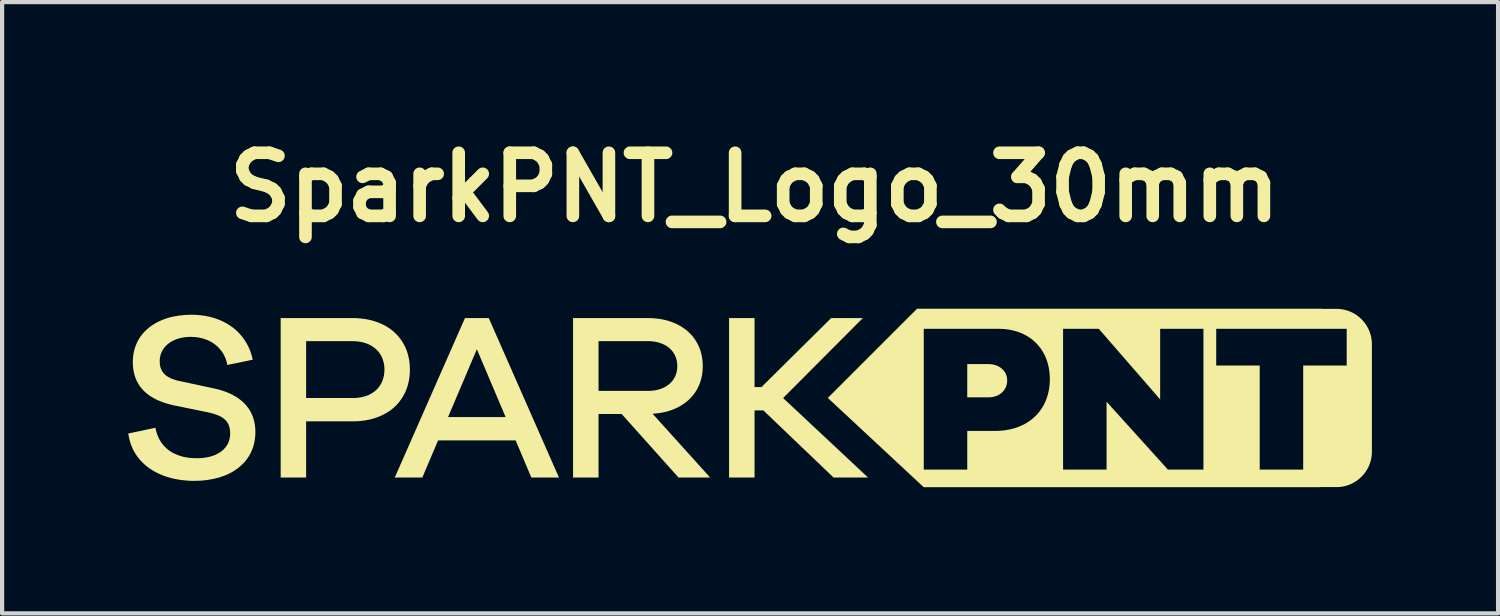
<source format=kicad_pcb>
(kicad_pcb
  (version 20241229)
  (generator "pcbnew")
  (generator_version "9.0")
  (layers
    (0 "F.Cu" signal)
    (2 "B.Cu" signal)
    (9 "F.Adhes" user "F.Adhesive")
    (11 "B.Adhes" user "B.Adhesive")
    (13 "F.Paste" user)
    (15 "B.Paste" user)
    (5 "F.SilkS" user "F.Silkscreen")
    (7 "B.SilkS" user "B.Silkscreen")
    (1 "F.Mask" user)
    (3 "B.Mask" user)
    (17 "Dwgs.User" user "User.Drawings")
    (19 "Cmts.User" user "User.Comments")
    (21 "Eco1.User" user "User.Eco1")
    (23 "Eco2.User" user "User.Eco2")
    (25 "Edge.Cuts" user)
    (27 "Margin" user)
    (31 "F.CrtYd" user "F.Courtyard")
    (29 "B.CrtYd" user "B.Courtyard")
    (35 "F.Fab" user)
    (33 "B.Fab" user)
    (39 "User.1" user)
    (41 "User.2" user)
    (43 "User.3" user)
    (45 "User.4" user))
  (footprint "SparkPNT_Logo_30mm"
    (layer "F.Cu")
    (at 14.891 6.404)
    (property "Reference" "SparkPNT_Logo_30mm" (at 0 -5 0) (layer "F.SilkS") (effects (font (size 1.5 1.5) (thickness 0.3))))
    (attr board_only exclude_from_pos_files exclude_from_bom)
    (fp_poly (pts (xy 4.02 2.129) (xy 4.02 2.129) (xy 4.02 2.129) (xy 4.02 2.129) (xy 4.02 2.129) (xy 4.02 2.129)) (stroke (width -0.000001) (type solid)) (fill yes) (layer "F.SilkS"))
    (fp_poly (pts (xy -0.002 -0.251) (xy 0.162 -0.251) (xy 1.819 -1.892) (xy 2.572 -1.892) (xy 0.677 0.009) (xy 2.696 1.899) (xy 1.876 1.899) (xy 0.207 0.303) (xy -0.002 0.303) (xy -0.002 1.899) (xy -0.608 1.899) (xy -0.608 -1.892) (xy -0.002 -1.892)) (stroke (width -0.000001) (type solid)) (fill yes) (layer "F.SilkS"))
    (fp_poly (pts (xy -4.652 1.899) (xy -5.309 1.899) (xy -5.682 1.016) (xy -7.526 1.016) (xy -7.9 1.899) (xy -8.556 1.899) (xy -7.923 0.462) (xy -7.289 0.462) (xy -5.92 0.462) (xy -6.604 -1.151) (xy -7.289 0.462) (xy -7.923 0.462) (xy -6.887 -1.892) (xy -6.321 -1.892)) (stroke (width -0.000001) (type solid)) (fill yes) (layer "F.SilkS"))
    (fp_poly (pts (xy 5.587 -0.797) (xy 5.61 -0.796) (xy 5.632 -0.793) (xy 5.654 -0.79) (xy 5.675 -0.786) (xy 5.696 -0.781) (xy 5.716 -0.776) (xy 5.736 -0.769) (xy 5.756 -0.762) (xy 5.775 -0.754) (xy 5.793 -0.745) (xy 5.811 -0.735) (xy 5.828 -0.725) (xy 5.845 -0.714) (xy 5.861 -0.702) (xy 5.876 -0.689) (xy 5.891 -0.676) (xy 5.904 -0.663) (xy 5.917 -0.648) (xy 5.929 -0.633) (xy 5.941 -0.618) (xy 5.951 -0.602) (xy 5.961 -0.585) (xy 5.97 -0.568) (xy 5.978 -0.55) (xy 5.984 -0.532) (xy 5.99 -0.513) (xy 5.995 -0.494) (xy 5.999 -0.474) (xy 6.002 -0.454) (xy 6.003 -0.434) (xy 6.004 -0.413) (xy 6.003 -0.39) (xy 6.002 -0.368) (xy 5.999 -0.346) (xy 5.995 -0.325) (xy 5.99 -0.305) (xy 5.984 -0.285) (xy 5.978 -0.265) (xy 5.97 -0.246) (xy 5.961 -0.228) (xy 5.951 -0.211) (xy 5.941 -0.194) (xy 5.929 -0.177) (xy 5.917 -0.162) (xy 5.904 -0.147) (xy 5.891 -0.132) (xy 5.876 -0.119) (xy 5.861 -0.106) (xy 5.845 -0.094) (xy 5.828 -0.082) (xy 5.811 -0.072) (xy 5.793 -0.062) (xy 5.775 -0.053) (xy 5.756 -0.045) (xy 5.736 -0.037) (xy 5.716 -0.03) (xy 5.696 -0.025) (xy 5.675 -0.02) (xy 5.654 -0.016) (xy 5.632 -0.012) (xy 5.61 -0.01) (xy 5.587 -0.009) (xy 5.564 -0.008) (xy 5.055 -0.008) (xy 5.055 -0.798) (xy 5.564 -0.798)) (stroke (width -0.000001) (type solid)) (fill yes) (layer "F.SilkS"))
    (fp_poly (pts (xy -9.482 -1.891) (xy -9.406 -1.886) (xy -9.332 -1.879) (xy -9.26 -1.869) (xy -9.191 -1.857) (xy -9.123 -1.841) (xy -9.057 -1.823) (xy -8.993 -1.803) (xy -8.932 -1.78) (xy -8.872 -1.754) (xy -8.815 -1.727) (xy -8.76 -1.696) (xy -8.707 -1.664) (xy -8.657 -1.629) (xy -8.609 -1.592) (xy -8.564 -1.553) (xy -8.521 -1.511) (xy -8.48 -1.468) (xy -8.442 -1.422) (xy -8.407 -1.375) (xy -8.374 -1.326) (xy -8.344 -1.274) (xy -8.316 -1.221) (xy -8.291 -1.166) (xy -8.269 -1.11) (xy -8.25 -1.052) (xy -8.234 -0.992) (xy -8.22 -0.93) (xy -8.21 -0.867) (xy -8.202 -0.803) (xy -8.198 -0.737) (xy -8.196 -0.67) (xy -8.198 -0.602) (xy -8.202 -0.535) (xy -8.21 -0.47) (xy -8.22 -0.406) (xy -8.234 -0.344) (xy -8.25 -0.283) (xy -8.269 -0.224) (xy -8.291 -0.167) (xy -8.316 -0.112) (xy -8.344 -0.058) (xy -8.374 -0.006) (xy -8.407 0.043) (xy -8.442 0.091) (xy -8.48 0.137) (xy -8.521 0.181) (xy -8.564 0.223) (xy -8.609 0.262) (xy -8.657 0.299) (xy -8.707 0.334) (xy -8.76 0.367) (xy -8.815 0.397) (xy -8.872 0.425) (xy -8.932 0.451) (xy -8.993 0.474) (xy -9.057 0.495) (xy -9.123 0.513) (xy -9.191 0.528) (xy -9.26 0.541) (xy -9.332 0.55) (xy -9.406 0.558) (xy -9.482 0.562) (xy -9.559 0.563) (xy -10.663 0.563) (xy -10.663 1.899) (xy -11.268 1.899) (xy -11.268 0.009) (xy -10.663 0.009) (xy -9.559 0.009) (xy -9.515 0.008) (xy -9.473 0.006) (xy -9.431 0.002) (xy -9.39 -0.004) (xy -9.351 -0.01) (xy -9.313 -0.019) (xy -9.276 -0.029) (xy -9.24 -0.04) (xy -9.206 -0.052) (xy -9.173 -0.066) (xy -9.141 -0.082) (xy -9.111 -0.098) (xy -9.082 -0.116) (xy -9.054 -0.136) (xy -9.027 -0.156) (xy -9.002 -0.178) (xy -8.978 -0.201) (xy -8.956 -0.225) (xy -8.935 -0.25) (xy -8.916 -0.276) (xy -8.898 -0.304) (xy -8.881 -0.332) (xy -8.866 -0.362) (xy -8.853 -0.392) (xy -8.841 -0.424) (xy -8.831 -0.456) (xy -8.822 -0.489) (xy -8.814 -0.524) (xy -8.809 -0.559) (xy -8.805 -0.595) (xy -8.802 -0.632) (xy -8.801 -0.67) (xy -8.802 -0.706) (xy -8.805 -0.742) (xy -8.809 -0.777) (xy -8.814 -0.811) (xy -8.822 -0.844) (xy -8.831 -0.877) (xy -8.841 -0.909) (xy -8.853 -0.94) (xy -8.866 -0.97) (xy -8.881 -0.999) (xy -8.898 -1.027) (xy -8.916 -1.055) (xy -8.935 -1.081) (xy -8.956 -1.106) (xy -8.978 -1.13) (xy -9.002 -1.153) (xy -9.027 -1.175) (xy -9.054 -1.195) (xy -9.082 -1.215) (xy -9.111 -1.233) (xy -9.141 -1.25) (xy -9.173 -1.266) (xy -9.206 -1.28) (xy -9.24 -1.293) (xy -9.276 -1.304) (xy -9.313 -1.315) (xy -9.351 -1.323) (xy -9.39 -1.33) (xy -9.431 -1.336) (xy -9.473 -1.34) (xy -9.515 -1.342) (xy -9.559 -1.343) (xy -10.663 -1.343) (xy -10.663 0.009) (xy -11.268 0.009) (xy -11.268 -1.892) (xy -9.559 -1.892)) (stroke (width -0.000001) (type solid)) (fill yes) (layer "F.SilkS"))
    (fp_poly (pts (xy -2.462 -1.891) (xy -2.391 -1.887) (xy -2.322 -1.88) (xy -2.254 -1.871) (xy -2.189 -1.859) (xy -2.124 -1.845) (xy -2.062 -1.829) (xy -2.002 -1.81) (xy -1.943 -1.788) (xy -1.887 -1.765) (xy -1.832 -1.739) (xy -1.78 -1.711) (xy -1.729 -1.681) (xy -1.681 -1.648) (xy -1.635 -1.614) (xy -1.591 -1.577) (xy -1.55 -1.539) (xy -1.51 -1.498) (xy -1.473 -1.456) (xy -1.439 -1.412) (xy -1.407 -1.365) (xy -1.378 -1.318) (xy -1.351 -1.268) (xy -1.327 -1.217) (xy -1.305 -1.164) (xy -1.286 -1.109) (xy -1.27 -1.053) (xy -1.257 -0.995) (xy -1.247 -0.936) (xy -1.239 -0.875) (xy -1.235 -0.813) (xy -1.233 -0.749) (xy -1.235 -0.689) (xy -1.239 -0.63) (xy -1.246 -0.572) (xy -1.255 -0.515) (xy -1.267 -0.46) (xy -1.282 -0.407) (xy -1.299 -0.354) (xy -1.319 -0.303) (xy -1.341 -0.254) (xy -1.365 -0.206) (xy -1.392 -0.16) (xy -1.421 -0.116) (xy -1.453 -0.073) (xy -1.487 -0.032) (xy -1.523 0.008) (xy -1.561 0.046) (xy -1.601 0.082) (xy -1.643 0.116) (xy -1.687 0.148) (xy -1.734 0.178) (xy -1.782 0.207) (xy -1.832 0.233) (xy -1.884 0.258) (xy -1.937 0.28) (xy -1.993 0.301) (xy -2.05 0.319) (xy -2.109 0.335) (xy -2.169 0.349) (xy -2.232 0.361) (xy -2.295 0.37) (xy -2.36 0.377) (xy -2.427 0.382) (xy -1.058 1.899) (xy -1.81 1.899) (xy -3.162 0.388) (xy -3.711 0.388) (xy -3.711 1.899) (xy -4.317 1.899) (xy -4.317 -0.161) (xy -3.711 -0.161) (xy -2.534 -0.161) (xy -2.496 -0.161) (xy -2.458 -0.164) (xy -2.421 -0.167) (xy -2.384 -0.172) (xy -2.349 -0.178) (xy -2.315 -0.185) (xy -2.281 -0.194) (xy -2.249 -0.203) (xy -2.218 -0.214) (xy -2.188 -0.227) (xy -2.158 -0.24) (xy -2.13 -0.254) (xy -2.103 -0.27) (xy -2.078 -0.287) (xy -2.053 -0.305) (xy -2.03 -0.323) (xy -2.007 -0.343) (xy -1.986 -0.364) (xy -1.967 -0.386) (xy -1.948 -0.409) (xy -1.931 -0.433) (xy -1.916 -0.457) (xy -1.901 -0.483) (xy -1.888 -0.509) (xy -1.877 -0.537) (xy -1.867 -0.565) (xy -1.858 -0.594) (xy -1.851 -0.623) (xy -1.846 -0.654) (xy -1.842 -0.685) (xy -1.839 -0.717) (xy -1.839 -0.749) (xy -1.839 -0.782) (xy -1.842 -0.815) (xy -1.846 -0.846) (xy -1.851 -0.877) (xy -1.858 -0.907) (xy -1.867 -0.936) (xy -1.877 -0.965) (xy -1.888 -0.992) (xy -1.901 -1.019) (xy -1.916 -1.045) (xy -1.931 -1.07) (xy -1.948 -1.094) (xy -1.967 -1.117) (xy -1.986 -1.139) (xy -2.007 -1.16) (xy -2.03 -1.18) (xy -2.053 -1.199) (xy -2.078 -1.217) (xy -2.103 -1.234) (xy -2.13 -1.249) (xy -2.158 -1.264) (xy -2.188 -1.277) (xy -2.218 -1.289) (xy -2.249 -1.301) (xy -2.281 -1.31) (xy -2.315 -1.319) (xy -2.349 -1.326) (xy -2.384 -1.332) (xy -2.421 -1.337) (xy -2.458 -1.34) (xy -2.496 -1.343) (xy -2.534 -1.343) (xy -3.711 -1.343) (xy -3.711 -0.161) (xy -4.317 -0.161) (xy -4.317 -1.892) (xy -2.534 -1.892)) (stroke (width -0.000001) (type solid)) (fill yes) (layer "F.SilkS"))
    (fp_poly (pts (xy 13.498 -2.111) (xy 13.834 -2.111) (xy 13.878 -2.11) (xy 13.92 -2.106) (xy 13.962 -2.101) (xy 14.003 -2.094) (xy 14.044 -2.084) (xy 14.084 -2.073) (xy 14.123 -2.06) (xy 14.161 -2.044) (xy 14.198 -2.028) (xy 14.234 -2.009) (xy 14.27 -1.989) (xy 14.304 -1.967) (xy 14.337 -1.943) (xy 14.368 -1.918) (xy 14.399 -1.892) (xy 14.428 -1.864) (xy 14.456 -1.835) (xy 14.483 -1.804) (xy 14.508 -1.772) (xy 14.531 -1.739) (xy 14.553 -1.705) (xy 14.573 -1.67) (xy 14.592 -1.634) (xy 14.609 -1.597) (xy 14.624 -1.558) (xy 14.637 -1.519) (xy 14.649 -1.48) (xy 14.658 -1.439) (xy 14.665 -1.398) (xy 14.671 -1.356) (xy 14.674 -1.313) (xy 14.675 -1.27) (xy 14.675 1.286) (xy 14.674 1.329) (xy 14.671 1.371) (xy 14.665 1.413) (xy 14.658 1.455) (xy 14.649 1.495) (xy 14.637 1.535) (xy 14.624 1.574) (xy 14.609 1.612) (xy 14.592 1.649) (xy 14.573 1.686) (xy 14.553 1.721) (xy 14.531 1.755) (xy 14.508 1.788) (xy 14.483 1.82) (xy 14.456 1.85) (xy 14.428 1.879) (xy 14.399 1.907) (xy 14.368 1.934) (xy 14.337 1.959) (xy 14.304 1.982) (xy 14.27 2.004) (xy 14.234 2.025) (xy 14.198 2.043) (xy 14.161 2.06) (xy 14.123 2.075) (xy 14.084 2.088) (xy 14.044 2.1) (xy 14.003 2.109) (xy 13.962 2.117) (xy 13.92 2.122) (xy 13.878 2.125) (xy 13.834 2.126) (xy 13.43 2.126) (xy 13.43 2.129) (xy 4.02 2.129) (xy 1.74 0.007) (xy 3.384 -1.637) (xy 4.021 -1.637) (xy 4.021 1.71) (xy 5.055 1.71) (xy 7.333 1.71) (xy 8.367 1.71) (xy 8.367 0.097) (xy 9.825 1.71) (xy 10.67 1.71) (xy 10.67 -0.763) (xy 10.974 -0.763) (xy 12.008 -0.763) (xy 12.008 1.71) (xy 13.042 1.71) (xy 13.042 -0.763) (xy 14.076 -0.763) (xy 14.076 -0.763) (xy 14.076 -1.637) (xy 10.974 -1.637) (xy 10.974 -0.763) (xy 10.67 -0.763) (xy 10.67 -1.637) (xy 10.67 -1.637) (xy 10.67 -1.637) (xy 9.641 -1.637) (xy 9.641 0.042) (xy 8.182 -1.637) (xy 7.333 -1.637) (xy 7.333 1.71) (xy 5.055 1.71) (xy 5.055 0.791) (xy 5.714 0.791) (xy 5.787 0.79) (xy 5.858 0.785) (xy 5.928 0.778) (xy 5.995 0.768) (xy 6.062 0.756) (xy 6.126 0.741) (xy 6.188 0.723) (xy 6.249 0.703) (xy 6.307 0.68) (xy 6.364 0.655) (xy 6.419 0.627) (xy 6.471 0.597) (xy 6.522 0.564) (xy 6.57 0.53) (xy 6.616 0.492) (xy 6.66 0.453) (xy 6.702 0.412) (xy 6.741 0.368) (xy 6.778 0.322) (xy 6.812 0.275) (xy 6.844 0.225) (xy 6.874 0.173) (xy 6.9 0.119) (xy 6.925 0.064) (xy 6.946 0.007) (xy 6.965 -0.053) (xy 6.981 -0.114) (xy 6.994 -0.176) (xy 7.005 -0.24) (xy 7.012 -0.306) (xy 7.017 -0.374) (xy 7.018 -0.443) (xy 7.017 -0.509) (xy 7.012 -0.573) (xy 7.005 -0.636) (xy 6.996 -0.698) (xy 6.983 -0.758) (xy 6.968 -0.816) (xy 6.951 -0.873) (xy 6.931 -0.929) (xy 6.908 -0.982) (xy 6.883 -1.034) (xy 6.856 -1.084) (xy 6.826 -1.132) (xy 6.794 -1.179) (xy 6.759 -1.223) (xy 6.723 -1.265) (xy 6.684 -1.306) (xy 6.643 -1.344) (xy 6.6 -1.38) (xy 6.555 -1.414) (xy 6.508 -1.446) (xy 6.458 -1.476) (xy 6.407 -1.503) (xy 6.354 -1.528) (xy 6.299 -1.55) (xy 6.243 -1.57) (xy 6.184 -1.587) (xy 6.124 -1.602) (xy 6.062 -1.615) (xy 5.999 -1.624) (xy 5.934 -1.631) (xy 5.867 -1.635) (xy 5.799 -1.637) (xy 4.021 -1.637) (xy 4.021 -1.637) (xy 4.021 -1.637) (xy 3.384 -1.637) (xy 3.862 -2.114) (xy 13.498 -2.114)) (stroke (width -0.000001) (type solid)) (fill yes) (layer "F.SilkS"))
    (fp_poly (pts (xy -13.32 -1.97) (xy -13.25 -1.966) (xy -13.181 -1.96) (xy -13.113 -1.952) (xy -13.047 -1.941) (xy -12.983 -1.928) (xy -12.92 -1.913) (xy -12.858 -1.896) (xy -12.798 -1.876) (xy -12.739 -1.854) (xy -12.683 -1.83) (xy -12.627 -1.804) (xy -12.574 -1.776) (xy -12.522 -1.746) (xy -12.472 -1.714) (xy -12.424 -1.681) (xy -12.378 -1.645) (xy -12.333 -1.607) (xy -12.291 -1.568) (xy -12.25 -1.526) (xy -12.212 -1.483) (xy -12.176 -1.438) (xy -12.141 -1.392) (xy -12.109 -1.343) (xy -12.079 -1.294) (xy -12.051 -1.242) (xy -12.025 -1.189) (xy -12.002 -1.135) (xy -11.981 -1.079) (xy -11.962 -1.021) (xy -11.946 -0.962) (xy -11.932 -0.902) (xy -12.537 -0.777) (xy -12.544 -0.815) (xy -12.553 -0.851) (xy -12.563 -0.887) (xy -12.575 -0.921) (xy -12.589 -0.955) (xy -12.604 -0.988) (xy -12.62 -1.02) (xy -12.637 -1.051) (xy -12.657 -1.081) (xy -12.677 -1.11) (xy -12.699 -1.138) (xy -12.722 -1.165) (xy -12.746 -1.191) (xy -12.771 -1.216) (xy -12.798 -1.239) (xy -12.826 -1.262) (xy -12.855 -1.283) (xy -12.885 -1.303) (xy -12.916 -1.322) (xy -12.948 -1.34) (xy -13.015 -1.371) (xy -13.086 -1.397) (xy -13.161 -1.418) (xy -13.238 -1.433) (xy -13.319 -1.442) (xy -13.403 -1.445) (xy -13.444 -1.444) (xy -13.485 -1.442) (xy -13.524 -1.439) (xy -13.563 -1.434) (xy -13.601 -1.428) (xy -13.637 -1.42) (xy -13.673 -1.412) (xy -13.707 -1.402) (xy -13.741 -1.391) (xy -13.773 -1.378) (xy -13.804 -1.365) (xy -13.834 -1.35) (xy -13.862 -1.335) (xy -13.89 -1.318) (xy -13.916 -1.3) (xy -13.941 -1.282) (xy -13.965 -1.262) (xy -13.987 -1.241) (xy -14.008 -1.22) (xy -14.027 -1.197) (xy -14.045 -1.174) (xy -14.062 -1.15) (xy -14.077 -1.125) (xy -14.091 -1.099) (xy -14.103 -1.072) (xy -14.114 -1.045) (xy -14.123 -1.017) (xy -14.13 -0.989) (xy -14.136 -0.959) (xy -14.141 -0.929) (xy -14.143 -0.899) (xy -14.144 -0.868) (xy -14.142 -0.82) (xy -14.14 -0.796) (xy -14.137 -0.774) (xy -14.133 -0.752) (xy -14.128 -0.731) (xy -14.122 -0.711) (xy -14.115 -0.691) (xy -14.107 -0.672) (xy -14.098 -0.654) (xy -14.089 -0.636) (xy -14.078 -0.619) (xy -14.067 -0.602) (xy -14.054 -0.586) (xy -14.041 -0.571) (xy -14.027 -0.556) (xy -14.011 -0.542) (xy -13.995 -0.528) (xy -13.978 -0.515) (xy -13.959 -0.503) (xy -13.92 -0.48) (xy -13.877 -0.458) (xy -13.829 -0.439) (xy -13.778 -0.422) (xy -13.723 -0.406) (xy -13.663 -0.393) (xy -12.843 -0.217) (xy -12.739 -0.192) (xy -12.638 -0.162) (xy -12.543 -0.127) (xy -12.452 -0.087) (xy -12.366 -0.042) (xy -12.326 -0.017) (xy -12.286 0.008) (xy -12.248 0.035) (xy -12.212 0.064) (xy -12.177 0.093) (xy -12.144 0.124) (xy -12.112 0.157) (xy -12.083 0.19) (xy -12.055 0.226) (xy -12.028 0.262) (xy -12.004 0.3) (xy -11.981 0.34) (xy -11.961 0.381) (xy -11.942 0.423) (xy -11.925 0.467) (xy -11.911 0.512) (xy -11.899 0.559) (xy -11.888 0.608) (xy -11.88 0.658) (xy -11.874 0.71) (xy -11.871 0.763) (xy -11.87 0.818) (xy -11.871 0.884) (xy -11.876 0.948) (xy -11.885 1.011) (xy -11.896 1.072) (xy -11.911 1.132) (xy -11.929 1.19) (xy -11.95 1.246) (xy -11.974 1.3) (xy -12.001 1.352) (xy -12.031 1.403) (xy -12.064 1.451) (xy -12.1 1.498) (xy -12.138 1.543) (xy -12.18 1.586) (xy -12.223 1.626) (xy -12.27 1.665) (xy -12.319 1.702) (xy -12.37 1.736) (xy -12.424 1.769) (xy -12.481 1.799) (xy -12.539 1.827) (xy -12.6 1.852) (xy -12.729 1.897) (xy -12.866 1.932) (xy -13.011 1.957) (xy -13.164 1.973) (xy -13.324 1.978) (xy -13.399 1.977) (xy -13.473 1.973) (xy -13.546 1.967) (xy -13.618 1.96) (xy -13.689 1.949) (xy -13.758 1.937) (xy -13.827 1.922) (xy -13.894 1.905) (xy -13.96 1.886) (xy -14.024 1.865) (xy -14.086 1.841) (xy -14.147 1.815) (xy -14.206 1.788) (xy -14.264 1.757) (xy -14.319 1.725) (xy -14.372 1.691) (xy -14.424 1.654) (xy -14.473 1.615) (xy -14.52 1.574) (xy -14.564 1.531) (xy -14.607 1.486) (xy -14.646 1.439) (xy -14.684 1.39) (xy -14.718 1.338) (xy -14.75 1.285) (xy -14.779 1.229) (xy -14.805 1.171) (xy -14.829 1.111) (xy -14.849 1.05) (xy -14.866 0.986) (xy -14.88 0.92) (xy -14.891 0.852) (xy -14.246 0.716) (xy -14.236 0.761) (xy -14.225 0.804) (xy -14.213 0.846) (xy -14.199 0.887) (xy -14.183 0.926) (xy -14.165 0.964) (xy -14.147 1) (xy -14.126 1.035) (xy -14.104 1.068) (xy -14.081 1.1) (xy -14.057 1.13) (xy -14.031 1.159) (xy -14.003 1.187) (xy -13.975 1.213) (xy -13.945 1.237) (xy -13.913 1.261) (xy -13.881 1.282) (xy -13.847 1.303) (xy -13.813 1.322) (xy -13.777 1.339) (xy -13.701 1.37) (xy -13.622 1.396) (xy -13.539 1.415) (xy -13.452 1.429) (xy -13.361 1.437) (xy -13.267 1.44) (xy -13.22 1.44) (xy -13.174 1.437) (xy -13.13 1.434) (xy -13.087 1.429) (xy -13.045 1.423) (xy -13.004 1.416) (xy -12.965 1.407) (xy -12.928 1.397) (xy -12.891 1.386) (xy -12.856 1.373) (xy -12.823 1.36) (xy -12.791 1.345) (xy -12.76 1.329) (xy -12.731 1.312) (xy -12.703 1.294) (xy -12.677 1.276) (xy -12.653 1.256) (xy -12.629 1.235) (xy -12.608 1.213) (xy -12.587 1.19) (xy -12.569 1.166) (xy -12.552 1.141) (xy -12.536 1.116) (xy -12.522 1.089) (xy -12.51 1.062) (xy -12.499 1.034) (xy -12.49 1.006) (xy -12.483 0.976) (xy -12.477 0.946) (xy -12.473 0.915) (xy -12.47 0.884) (xy -12.469 0.852) (xy -12.471 0.8) (xy -12.477 0.751) (xy -12.481 0.727) (xy -12.486 0.705) (xy -12.492 0.683) (xy -12.499 0.663) (xy -12.507 0.643) (xy -12.516 0.623) (xy -12.526 0.605) (xy -12.538 0.587) (xy -12.55 0.569) (xy -12.563 0.553) (xy -12.578 0.537) (xy -12.593 0.522) (xy -12.61 0.507) (xy -12.627 0.493) (xy -12.646 0.479) (xy -12.666 0.466) (xy -12.71 0.442) (xy -12.758 0.42) (xy -12.811 0.4) (xy -12.869 0.381) (xy -12.933 0.364) (xy -13.001 0.348) (xy -13.827 0.179) (xy -13.915 0.157) (xy -14.003 0.131) (xy -14.09 0.101) (xy -14.175 0.067) (xy -14.257 0.028) (xy -14.336 -0.017) (xy -14.374 -0.041) (xy -14.411 -0.067) (xy -14.447 -0.095) (xy -14.481 -0.124) (xy -14.514 -0.155) (xy -14.546 -0.187) (xy -14.576 -0.222) (xy -14.605 -0.258) (xy -14.631 -0.296) (xy -14.656 -0.336) (xy -14.679 -0.377) (xy -14.7 -0.421) (xy -14.719 -0.467) (xy -14.735 -0.515) (xy -14.75 -0.565) (xy -14.761 -0.618) (xy -14.771 -0.673) (xy -14.778 -0.73) (xy -14.782 -0.789) (xy -14.783 -0.851) (xy -14.782 -0.913) (xy -14.777 -0.974) (xy -14.769 -1.033) (xy -14.758 -1.091) (xy -14.744 -1.147) (xy -14.727 -1.202) (xy -14.707 -1.256) (xy -14.684 -1.308) (xy -14.659 -1.358) (xy -14.63 -1.407) (xy -14.599 -1.454) (xy -14.565 -1.499) (xy -14.529 -1.542) (xy -14.489 -1.584) (xy -14.448 -1.624) (xy -14.403 -1.661) (xy -14.357 -1.697) (xy -14.308 -1.731) (xy -14.256 -1.763) (xy -14.202 -1.793) (xy -14.146 -1.82) (xy -14.088 -1.846) (xy -14.027 -1.869) (xy -13.965 -1.89) (xy -13.9 -1.909) (xy -13.833 -1.925) (xy -13.693 -1.95) (xy -13.546 -1.966) (xy -13.391 -1.971) (xy -13.391 -1.971)) (stroke (width -0.000001) (type solid)) (fill yes) (layer "F.SilkS")))
  (gr_rect
    (start -3 -3)
    (end 32.566 11.533)
    (stroke (width 0.1) (type default))
    (fill no)
    (layer "Edge.Cuts")))
</source>
